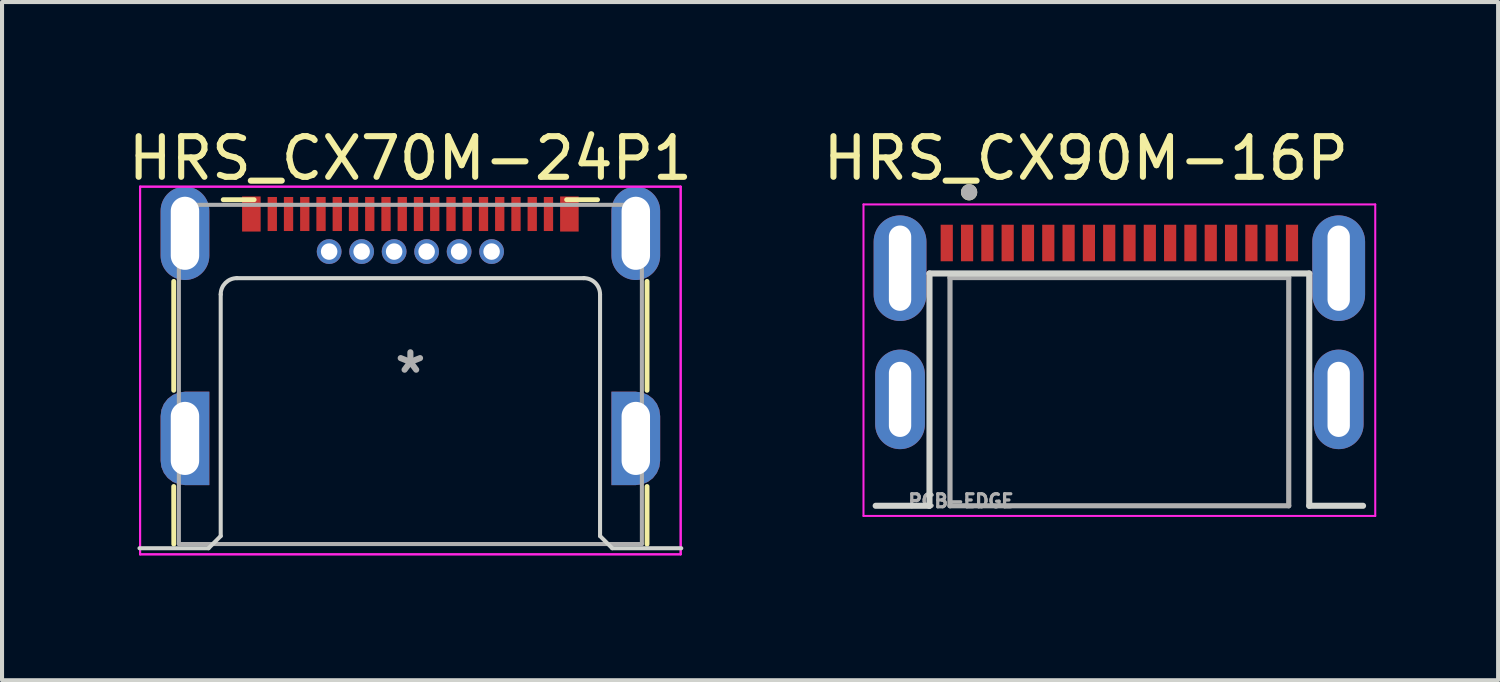
<source format=kicad_pcb>
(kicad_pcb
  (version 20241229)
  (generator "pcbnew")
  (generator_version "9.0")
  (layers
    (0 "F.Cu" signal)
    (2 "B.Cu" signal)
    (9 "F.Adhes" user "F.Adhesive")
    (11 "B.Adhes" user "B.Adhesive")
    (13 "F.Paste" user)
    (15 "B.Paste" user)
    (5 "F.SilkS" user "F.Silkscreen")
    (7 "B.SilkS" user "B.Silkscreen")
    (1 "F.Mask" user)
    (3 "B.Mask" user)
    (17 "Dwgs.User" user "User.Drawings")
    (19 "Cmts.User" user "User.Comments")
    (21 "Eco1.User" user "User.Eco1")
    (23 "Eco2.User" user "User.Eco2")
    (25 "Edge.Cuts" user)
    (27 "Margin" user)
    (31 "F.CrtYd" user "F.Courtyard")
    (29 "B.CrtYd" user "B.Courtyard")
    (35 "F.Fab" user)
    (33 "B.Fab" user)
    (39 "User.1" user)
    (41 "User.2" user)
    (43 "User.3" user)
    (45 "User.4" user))
  (footprint "HRS_CX70M-24P1"
    (layer "F.Cu")
    (at 7.054 10.448)
    (property "Reference" "HRS_CX70M-24P1" (at 0 -9.6 0) (layer "F.SilkS") (effects (font (size 1 1) (thickness 0.15))))
    (attr smd)
    (fp_line (start -5.827 -6.57) (end -5.827 -3.888) (stroke (width 0.12) (type solid)) (layer "F.SilkS"))
    (fp_line (start -5.827 -1.52) (end -5.825 -0.1) (stroke (width 0.12) (type solid)) (layer "F.SilkS"))
    (fp_line (start -3.847 -8.581) (end -4.608 -8.581) (stroke (width 0.12) (type solid)) (layer "F.SilkS"))
    (fp_line (start 4.608 -8.581) (end 3.847 -8.581) (stroke (width 0.12) (type solid)) (layer "F.SilkS"))
    (fp_line (start 5.827 -3.888) (end 5.827 -6.57) (stroke (width 0.12) (type solid)) (layer "F.SilkS"))
    (fp_line (start 5.827 -0.1) (end 5.827 -1.52) (stroke (width 0.12) (type solid)) (layer "F.SilkS"))
    (fp_line (start -4.97 0) (end -6.67 0) (stroke (width 0.1) (type solid)) (layer "Edge.Cuts"))
    (fp_line (start -4.67 -6.25) (end -4.67 -0.3) (stroke (width 0.1) (type solid)) (layer "Edge.Cuts"))
    (fp_line (start -4.67 -0.3) (end -4.97 0) (stroke (width 0.1) (type solid)) (layer "Edge.Cuts"))
    (fp_line (start -4.27 -6.65) (end 4.27 -6.65) (stroke (width 0.1) (type solid)) (layer "Edge.Cuts"))
    (fp_line (start 4.67 -6.25) (end 4.67 -0.3) (stroke (width 0.1) (type solid)) (layer "Edge.Cuts"))
    (fp_line (start 4.67 -0.3) (end 4.97 0) (stroke (width 0.1) (type solid)) (layer "Edge.Cuts"))
    (fp_line (start 6.67 0) (end 4.97 0) (stroke (width 0.1) (type solid)) (layer "Edge.Cuts"))
    (fp_arc (start -4.67 -6.25) (mid -4.552843 -6.532843) (end -4.27 -6.65) (stroke (width 0.1) (type solid)) (layer "Edge.Cuts"))
    (fp_arc (start 4.27 -6.65) (mid 4.552843 -6.532843) (end 4.67 -6.25) (stroke (width 0.1) (type solid)) (layer "Edge.Cuts"))
    (fp_line (start -6.655 -8.902) (end -6.655 0.15) (stroke (width 0.05) (type solid)) (layer "F.CrtYd"))
    (fp_line (start -6.655 -8.902) (end -6.655 0.15) (stroke (width 0.05) (type solid)) (layer "F.CrtYd"))
    (fp_line (start -6.655 0.15) (end 6.655 0.15) (stroke (width 0.05) (type solid)) (layer "F.CrtYd"))
    (fp_line (start -6.655 0.15) (end 6.655 0.15) (stroke (width 0.05) (type solid)) (layer "F.CrtYd"))
    (fp_line (start 6.655 -8.902) (end -6.655 -8.902) (stroke (width 0.05) (type solid)) (layer "F.CrtYd"))
    (fp_line (start 6.655 -8.902) (end -6.655 -8.902) (stroke (width 0.05) (type solid)) (layer "F.CrtYd"))
    (fp_line (start 6.655 0.15) (end 6.655 -8.902) (stroke (width 0.05) (type solid)) (layer "F.CrtYd"))
    (fp_line (start 6.655 0.15) (end 6.655 -8.902) (stroke (width 0.05) (type solid)) (layer "F.CrtYd"))
    (fp_line (start -5.7 -8.454) (end -5.7 -0.104) (stroke (width 0.1) (type solid)) (layer "F.Fab"))
    (fp_line (start -5.7 -0.104) (end 5.7 -0.104) (stroke (width 0.1) (type solid)) (layer "F.Fab"))
    (fp_line (start 5.7 -8.454) (end -5.7 -8.454) (stroke (width 0.1) (type solid)) (layer "F.Fab"))
    (fp_line (start 5.7 -0.104) (end 5.7 -8.454) (stroke (width 0.1) (type solid)) (layer "F.Fab"))
    (fp_text user "*" (at 0 -4.279 0) (layer "F.Fab") (effects (font (size 1 1) (thickness 0.15))))
    (pad "A1" smd rect (at -2.2 -8.229) (size 0.229 0.838) (layers "F.Cu" "F.Mask" "F.Paste"))
    (pad "A2" smd rect (at -1.8 -8.229) (size 0.229 0.838) (layers "F.Cu" "F.Mask" "F.Paste"))
    (pad "A3" smd rect (at -1.4 -8.229) (size 0.229 0.838) (layers "F.Cu" "F.Mask" "F.Paste"))
    (pad "A4" smd rect (at -1 -8.229) (size 0.229 0.838) (layers "F.Cu" "F.Mask" "F.Paste"))
    (pad "A5" smd rect (at -0.6 -8.229) (size 0.229 0.838) (layers "F.Cu" "F.Mask" "F.Paste"))
    (pad "A6" smd rect (at -0.2 -8.229) (size 0.229 0.838) (layers "F.Cu" "F.Mask" "F.Paste"))
    (pad "A7" smd rect (at 0.2 -8.229) (size 0.229 0.838) (layers "F.Cu" "F.Mask" "F.Paste"))
    (pad "A8" smd rect (at 0.6 -8.229) (size 0.229 0.838) (layers "F.Cu" "F.Mask" "F.Paste"))
    (pad "A9" smd rect (at 1 -8.229) (size 0.229 0.838) (layers "F.Cu" "F.Mask" "F.Paste"))
    (pad "A10" smd rect (at 1.4 -8.229) (size 0.229 0.838) (layers "F.Cu" "F.Mask" "F.Paste"))
    (pad "A11" smd rect (at 1.8 -8.229) (size 0.229 0.838) (layers "F.Cu" "F.Mask" "F.Paste"))
    (pad "A12" smd rect (at 2.2 -8.229) (size 0.229 0.838) (layers "F.Cu" "F.Mask" "F.Paste"))
    (pad "B1" smd rect (at 3.4 -8.229) (size 0.229 0.838) (layers "F.Cu" "F.Mask" "F.Paste"))
    (pad "B2" smd rect (at 3 -8.229) (size 0.229 0.838) (layers "F.Cu" "F.Mask" "F.Paste"))
    (pad "B3" smd rect (at 2.6 -8.229) (size 0.229 0.838) (layers "F.Cu" "F.Mask" "F.Paste"))
    (pad "B4" thru_hole circle (at 2 -7.304 90) (size 0.61 0.61) (drill 0.406) (layers "*.Cu" "*.Mask"))
    (pad "B5" thru_hole circle (at 1.2 -7.304 90) (size 0.61 0.61) (drill 0.406) (layers "*.Cu" "*.Mask"))
    (pad "B6" thru_hole circle (at 0.4 -7.304 90) (size 0.61 0.61) (drill 0.406) (layers "*.Cu" "*.Mask"))
    (pad "B7" thru_hole circle (at -0.4 -7.304 90) (size 0.61 0.61) (drill 0.406) (layers "*.Cu" "*.Mask"))
    (pad "B8" thru_hole circle (at -1.2 -7.304 90) (size 0.61 0.61) (drill 0.406) (layers "*.Cu" "*.Mask"))
    (pad "B9" thru_hole circle (at -2 -7.304 90) (size 0.61 0.61) (drill 0.406) (layers "*.Cu" "*.Mask"))
    (pad "B10" smd rect (at -2.6 -8.229) (size 0.229 0.838) (layers "F.Cu" "F.Mask" "F.Paste"))
    (pad "B11" smd rect (at -3 -8.229) (size 0.229 0.838) (layers "F.Cu" "F.Mask" "F.Paste"))
    (pad "B12" smd rect (at -3.4 -8.229) (size 0.229 0.838) (layers "F.Cu" "F.Mask" "F.Paste"))
    (pad "MID1" smd rect (at 3.915 -8.229) (size 0.457 0.864) (layers "F.Cu" "F.Mask" "F.Paste"))
    (pad "MID2" smd rect (at -3.915 -8.229) (size 0.457 0.864) (layers "F.Cu" "F.Mask" "F.Paste"))
    (pad "S1" thru_hole roundrect (at -5.55 -2.704 90) (size 2.3 1.2) (drill oval 1.8 0.7) (layers "*.Cu" "*.Mask") (roundrect_rratio 0.5) (chamfer_ratio 0) (chamfer bottom_left bottom_right))
    (pad "S1" thru_hole oval (at -5.55 -7.754 90) (size 2.3 1.2) (drill oval 1.8 0.7) (layers "*.Cu" "*.Mask"))
    (pad "S1" thru_hole oval (at 5.55 -7.754 90) (size 2.3 1.2) (drill oval 1.8 0.7) (layers "*.Cu" "*.Mask"))
    (pad "S1" thru_hole roundrect (at 5.55 -2.704 90) (size 2.3 1.2) (drill oval 1.8 0.7) (layers "*.Cu" "*.Mask") (roundrect_rratio 0.5) (chamfer_ratio 0) (chamfer top_left top_right)))
  (footprint "HRS_CX90M-16P"
    (layer "F.Cu")
    (at 24.51 6.783)
    (property "Reference" "HRS_CX90M-16P" (at -0.825 -5.935 0) (layer "F.SilkS") (effects (font (size 1 1) (thickness 0.15))))
    (attr through_hole)
    (fp_circle (center -3.7 -5.1) (end -3.6 -5.1) (stroke (width 0.2) (type solid)) (fill no) (layer "F.SilkS"))
    (fp_line (start -6 2.62) (end -4.675 2.62) (stroke (width 0.15) (type solid)) (layer "Edge.Cuts"))
    (fp_line (start -4.675 -3.1) (end 4.675 -3.1) (stroke (width 0.15) (type solid)) (layer "Edge.Cuts"))
    (fp_line (start -4.675 2.62) (end -4.675 -3.1) (stroke (width 0.15) (type solid)) (layer "Edge.Cuts"))
    (fp_line (start 4.675 -3.1) (end 4.675 2.62) (stroke (width 0.15) (type solid)) (layer "Edge.Cuts"))
    (fp_line (start 4.675 2.62) (end 6 2.62) (stroke (width 0.15) (type solid)) (layer "Edge.Cuts"))
    (fp_line (start -6.3 -4.8) (end 6.3 -4.8) (stroke (width 0.05) (type solid)) (layer "F.CrtYd"))
    (fp_line (start -6.3 2.87) (end -6.3 -4.8) (stroke (width 0.05) (type solid)) (layer "F.CrtYd"))
    (fp_line (start 6.3 -4.8) (end 6.3 2.87) (stroke (width 0.05) (type solid)) (layer "F.CrtYd"))
    (fp_line (start 6.3 2.87) (end -6.3 2.87) (stroke (width 0.05) (type solid)) (layer "F.CrtYd"))
    (fp_line (start -4.17 -3) (end -4.17 2.62) (stroke (width 0.127) (type solid)) (layer "F.Fab"))
    (fp_line (start -4.17 2.62) (end 4.17 2.62) (stroke (width 0.127) (type solid)) (layer "F.Fab"))
    (fp_line (start 4.17 -3) (end -4.17 -3) (stroke (width 0.127) (type solid)) (layer "F.Fab"))
    (fp_line (start 4.17 2.62) (end 4.17 -3) (stroke (width 0.127) (type solid)) (layer "F.Fab"))
    (fp_circle (center -3.7 -5.1) (end -3.6 -5.1) (stroke (width 0.2) (type solid)) (fill no) (layer "F.Fab"))
    (fp_text user "PCB-EDGE" (at -3.9 2.5 0) (layer "F.Fab") (effects (font (size 0.32 0.32) (thickness 0.15))))
    (pad "A1" smd rect (at -3.75 -3.85) (size 0.3 0.9) (layers "F.Cu" "F.Mask" "F.Paste"))
    (pad "A4" smd rect (at -2.75 -3.85) (size 0.3 0.9) (layers "F.Cu" "F.Mask" "F.Paste"))
    (pad "A5" smd rect (at -1.75 -3.85) (size 0.3 0.9) (layers "F.Cu" "F.Mask" "F.Paste"))
    (pad "A6" smd rect (at -0.75 -3.85) (size 0.3 0.9) (layers "F.Cu" "F.Mask" "F.Paste"))
    (pad "A7" smd rect (at 0.75 -3.85) (size 0.3 0.9) (layers "F.Cu" "F.Mask" "F.Paste"))
    (pad "A8" smd rect (at 1.75 -3.85) (size 0.3 0.9) (layers "F.Cu" "F.Mask" "F.Paste"))
    (pad "A9" smd rect (at 2.75 -3.85) (size 0.3 0.9) (layers "F.Cu" "F.Mask" "F.Paste"))
    (pad "A12" smd rect (at 3.75 -3.85) (size 0.3 0.9) (layers "F.Cu" "F.Mask" "F.Paste"))
    (pad "B1" smd rect (at 3.25 -3.85) (size 0.3 0.9) (layers "F.Cu" "F.Mask" "F.Paste"))
    (pad "B4" smd rect (at 2.25 -3.85) (size 0.3 0.9) (layers "F.Cu" "F.Mask" "F.Paste"))
    (pad "B5" smd rect (at 1.25 -3.85) (size 0.3 0.9) (layers "F.Cu" "F.Mask" "F.Paste"))
    (pad "B6" smd rect (at 0.25 -3.85) (size 0.3 0.9) (layers "F.Cu" "F.Mask" "F.Paste"))
    (pad "B7" smd rect (at -0.25 -3.85) (size 0.3 0.9) (layers "F.Cu" "F.Mask" "F.Paste"))
    (pad "B8" smd rect (at -1.25 -3.85) (size 0.3 0.9) (layers "F.Cu" "F.Mask" "F.Paste"))
    (pad "B9" smd rect (at -2.25 -3.85) (size 0.3 0.9) (layers "F.Cu" "F.Mask" "F.Paste"))
    (pad "B12" smd rect (at -3.25 -3.85) (size 0.3 0.9) (layers "F.Cu" "F.Mask" "F.Paste"))
    (pad "MID1" smd rect (at -4.25 -3.85) (size 0.3 0.9) (layers "F.Cu" "F.Mask" "F.Paste"))
    (pad "MID2" smd rect (at 4.25 -3.85) (size 0.3 0.9) (layers "F.Cu" "F.Mask" "F.Paste"))
    (pad "S1" thru_hole oval (at -5.4 -3.23) (size 1.3 2.6) (drill oval 0.55 2.1) (layers "*.Cu" "*.Mask"))
    (pad "S2" thru_hole oval (at 5.4 -3.23) (size 1.3 2.6) (drill oval 0.55 2.1) (layers "*.Cu" "*.Mask"))
    (pad "S3" thru_hole oval (at -5.4 0) (size 1.225 2.45) (drill oval 0.55 1.85) (layers "*.Cu" "*.Mask"))
    (pad "S4" thru_hole oval (at 5.4 0) (size 1.225 2.45) (drill oval 0.55 1.85) (layers "*.Cu" "*.Mask")))
  (gr_rect
    (start -3 -3)
    (end 33.835 13.698)
    (stroke (width 0.1) (type default))
    (fill no)
    (layer "Edge.Cuts")))
</source>
